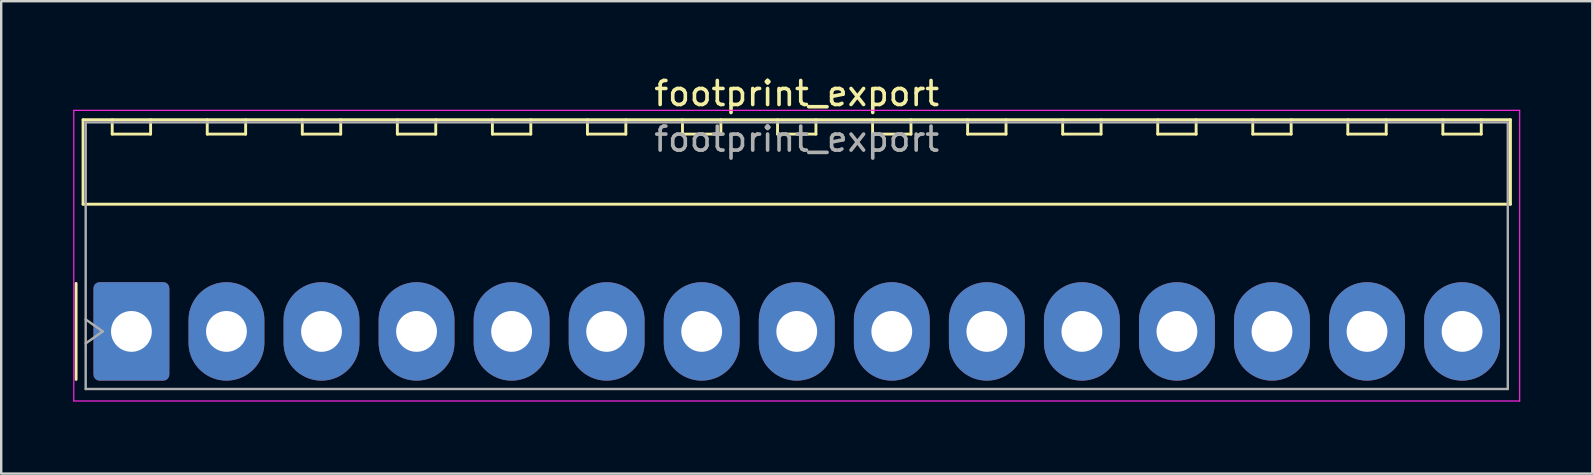
<source format=kicad_pcb>
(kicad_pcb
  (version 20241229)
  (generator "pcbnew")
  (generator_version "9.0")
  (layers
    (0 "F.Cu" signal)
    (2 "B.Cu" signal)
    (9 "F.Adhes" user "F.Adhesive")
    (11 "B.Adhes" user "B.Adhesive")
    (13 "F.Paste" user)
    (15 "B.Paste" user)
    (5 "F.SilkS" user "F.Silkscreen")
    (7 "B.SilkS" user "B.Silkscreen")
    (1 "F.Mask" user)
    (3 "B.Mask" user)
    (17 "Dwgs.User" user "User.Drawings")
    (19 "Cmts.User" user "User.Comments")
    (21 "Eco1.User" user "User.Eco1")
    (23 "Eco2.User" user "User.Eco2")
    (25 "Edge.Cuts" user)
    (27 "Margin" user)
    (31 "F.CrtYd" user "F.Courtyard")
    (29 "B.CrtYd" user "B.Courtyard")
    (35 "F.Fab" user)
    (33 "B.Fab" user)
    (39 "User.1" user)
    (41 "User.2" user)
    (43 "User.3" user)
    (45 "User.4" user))
  (footprint "footprint_export"
    (layer "F.Cu")
    (at 2.425 10.758)
    (property "Reference" "footprint_export" (at 27.72 -9.91 0) (layer "F.SilkS") (effects (font (size 1 1) (thickness 0.15))))
    (attr through_hole)
    (fp_line (start -2.305 -2) (end -2.305 2) (stroke (width 0.12) (type solid)) (layer "F.SilkS"))
    (fp_line (start -2.015 -8.82) (end 57.455 -8.82) (stroke (width 0.12) (type solid)) (layer "F.SilkS"))
    (fp_line (start -2.015 -5.3) (end -2.015 -8.82) (stroke (width 0.12) (type solid)) (layer "F.SilkS"))
    (fp_line (start -0.8 -8.82) (end -0.8 -8.22) (stroke (width 0.12) (type solid)) (layer "F.SilkS"))
    (fp_line (start -0.8 -8.22) (end 0.8 -8.22) (stroke (width 0.12) (type solid)) (layer "F.SilkS"))
    (fp_line (start 0.8 -8.22) (end 0.8 -8.82) (stroke (width 0.12) (type solid)) (layer "F.SilkS"))
    (fp_line (start 3.16 -8.82) (end 3.16 -8.22) (stroke (width 0.12) (type solid)) (layer "F.SilkS"))
    (fp_line (start 3.16 -8.22) (end 4.76 -8.22) (stroke (width 0.12) (type solid)) (layer "F.SilkS"))
    (fp_line (start 4.76 -8.22) (end 4.76 -8.82) (stroke (width 0.12) (type solid)) (layer "F.SilkS"))
    (fp_line (start 7.12 -8.82) (end 7.12 -8.22) (stroke (width 0.12) (type solid)) (layer "F.SilkS"))
    (fp_line (start 7.12 -8.22) (end 8.72 -8.22) (stroke (width 0.12) (type solid)) (layer "F.SilkS"))
    (fp_line (start 8.72 -8.22) (end 8.72 -8.82) (stroke (width 0.12) (type solid)) (layer "F.SilkS"))
    (fp_line (start 11.08 -8.82) (end 11.08 -8.22) (stroke (width 0.12) (type solid)) (layer "F.SilkS"))
    (fp_line (start 11.08 -8.22) (end 12.68 -8.22) (stroke (width 0.12) (type solid)) (layer "F.SilkS"))
    (fp_line (start 12.68 -8.22) (end 12.68 -8.82) (stroke (width 0.12) (type solid)) (layer "F.SilkS"))
    (fp_line (start 15.04 -8.82) (end 15.04 -8.22) (stroke (width 0.12) (type solid)) (layer "F.SilkS"))
    (fp_line (start 15.04 -8.22) (end 16.64 -8.22) (stroke (width 0.12) (type solid)) (layer "F.SilkS"))
    (fp_line (start 16.64 -8.22) (end 16.64 -8.82) (stroke (width 0.12) (type solid)) (layer "F.SilkS"))
    (fp_line (start 19 -8.82) (end 19 -8.22) (stroke (width 0.12) (type solid)) (layer "F.SilkS"))
    (fp_line (start 19 -8.22) (end 20.6 -8.22) (stroke (width 0.12) (type solid)) (layer "F.SilkS"))
    (fp_line (start 20.6 -8.22) (end 20.6 -8.82) (stroke (width 0.12) (type solid)) (layer "F.SilkS"))
    (fp_line (start 22.96 -8.82) (end 22.96 -8.22) (stroke (width 0.12) (type solid)) (layer "F.SilkS"))
    (fp_line (start 22.96 -8.22) (end 24.56 -8.22) (stroke (width 0.12) (type solid)) (layer "F.SilkS"))
    (fp_line (start 24.56 -8.22) (end 24.56 -8.82) (stroke (width 0.12) (type solid)) (layer "F.SilkS"))
    (fp_line (start 26.92 -8.82) (end 26.92 -8.22) (stroke (width 0.12) (type solid)) (layer "F.SilkS"))
    (fp_line (start 26.92 -8.22) (end 28.52 -8.22) (stroke (width 0.12) (type solid)) (layer "F.SilkS"))
    (fp_line (start 28.52 -8.22) (end 28.52 -8.82) (stroke (width 0.12) (type solid)) (layer "F.SilkS"))
    (fp_line (start 30.88 -8.82) (end 30.88 -8.22) (stroke (width 0.12) (type solid)) (layer "F.SilkS"))
    (fp_line (start 30.88 -8.22) (end 32.48 -8.22) (stroke (width 0.12) (type solid)) (layer "F.SilkS"))
    (fp_line (start 32.48 -8.22) (end 32.48 -8.82) (stroke (width 0.12) (type solid)) (layer "F.SilkS"))
    (fp_line (start 34.84 -8.82) (end 34.84 -8.22) (stroke (width 0.12) (type solid)) (layer "F.SilkS"))
    (fp_line (start 34.84 -8.22) (end 36.44 -8.22) (stroke (width 0.12) (type solid)) (layer "F.SilkS"))
    (fp_line (start 36.44 -8.22) (end 36.44 -8.82) (stroke (width 0.12) (type solid)) (layer "F.SilkS"))
    (fp_line (start 38.8 -8.82) (end 38.8 -8.22) (stroke (width 0.12) (type solid)) (layer "F.SilkS"))
    (fp_line (start 38.8 -8.22) (end 40.4 -8.22) (stroke (width 0.12) (type solid)) (layer "F.SilkS"))
    (fp_line (start 40.4 -8.22) (end 40.4 -8.82) (stroke (width 0.12) (type solid)) (layer "F.SilkS"))
    (fp_line (start 42.76 -8.82) (end 42.76 -8.22) (stroke (width 0.12) (type solid)) (layer "F.SilkS"))
    (fp_line (start 42.76 -8.22) (end 44.36 -8.22) (stroke (width 0.12) (type solid)) (layer "F.SilkS"))
    (fp_line (start 44.36 -8.22) (end 44.36 -8.82) (stroke (width 0.12) (type solid)) (layer "F.SilkS"))
    (fp_line (start 46.72 -8.82) (end 46.72 -8.22) (stroke (width 0.12) (type solid)) (layer "F.SilkS"))
    (fp_line (start 46.72 -8.22) (end 48.32 -8.22) (stroke (width 0.12) (type solid)) (layer "F.SilkS"))
    (fp_line (start 48.32 -8.22) (end 48.32 -8.82) (stroke (width 0.12) (type solid)) (layer "F.SilkS"))
    (fp_line (start 50.68 -8.82) (end 50.68 -8.22) (stroke (width 0.12) (type solid)) (layer "F.SilkS"))
    (fp_line (start 50.68 -8.22) (end 52.28 -8.22) (stroke (width 0.12) (type solid)) (layer "F.SilkS"))
    (fp_line (start 52.28 -8.22) (end 52.28 -8.82) (stroke (width 0.12) (type solid)) (layer "F.SilkS"))
    (fp_line (start 54.64 -8.82) (end 54.64 -8.22) (stroke (width 0.12) (type solid)) (layer "F.SilkS"))
    (fp_line (start 54.64 -8.22) (end 56.24 -8.22) (stroke (width 0.12) (type solid)) (layer "F.SilkS"))
    (fp_line (start 56.24 -8.22) (end 56.24 -8.82) (stroke (width 0.12) (type solid)) (layer "F.SilkS"))
    (fp_line (start 57.455 -8.82) (end 57.455 -5.3) (stroke (width 0.12) (type solid)) (layer "F.SilkS"))
    (fp_line (start 57.455 -5.3) (end -2.015 -5.3) (stroke (width 0.12) (type solid)) (layer "F.SilkS"))
    (fp_line (start -2.4 -9.21) (end -2.4 2.9) (stroke (width 0.05) (type solid)) (layer "F.CrtYd"))
    (fp_line (start -2.4 2.9) (end 57.84 2.9) (stroke (width 0.05) (type solid)) (layer "F.CrtYd"))
    (fp_line (start 57.84 -9.21) (end -2.4 -9.21) (stroke (width 0.05) (type solid)) (layer "F.CrtYd"))
    (fp_line (start 57.84 2.9) (end 57.84 -9.21) (stroke (width 0.05) (type solid)) (layer "F.CrtYd"))
    (fp_line (start -1.905 -8.71) (end 57.345 -8.71) (stroke (width 0.1) (type solid)) (layer "F.Fab"))
    (fp_line (start -1.905 -0.5) (end -1.198 0) (stroke (width 0.1) (type solid)) (layer "F.Fab"))
    (fp_line (start -1.905 2.4) (end -1.905 -8.71) (stroke (width 0.1) (type solid)) (layer "F.Fab"))
    (fp_line (start -1.198 0) (end -1.905 0.5) (stroke (width 0.1) (type solid)) (layer "F.Fab"))
    (fp_line (start 57.345 -8.71) (end 57.345 2.4) (stroke (width 0.1) (type solid)) (layer "F.Fab"))
    (fp_line (start 57.345 2.4) (end -1.905 2.4) (stroke (width 0.1) (type solid)) (layer "F.Fab"))
    (fp_text user "${REFERENCE}" (at 27.72 -8.01 0) (layer "F.Fab") (effects (font (size 1 1) (thickness 0.15))))
    (pad "1" thru_hole roundrect (at 0 0) (size 3.16 4.1) (drill 1.7) (layers "*.Cu" "*.Mask") (roundrect_rratio 0.079))
    (pad "2" thru_hole oval (at 3.96 0) (size 3.16 4.1) (drill 1.7) (layers "*.Cu" "*.Mask"))
    (pad "3" thru_hole oval (at 7.92 0) (size 3.16 4.1) (drill 1.7) (layers "*.Cu" "*.Mask"))
    (pad "4" thru_hole oval (at 11.88 0) (size 3.16 4.1) (drill 1.7) (layers "*.Cu" "*.Mask"))
    (pad "5" thru_hole oval (at 15.84 0) (size 3.16 4.1) (drill 1.7) (layers "*.Cu" "*.Mask"))
    (pad "6" thru_hole oval (at 19.8 0) (size 3.16 4.1) (drill 1.7) (layers "*.Cu" "*.Mask"))
    (pad "7" thru_hole oval (at 23.76 0) (size 3.16 4.1) (drill 1.7) (layers "*.Cu" "*.Mask"))
    (pad "8" thru_hole oval (at 27.72 0) (size 3.16 4.1) (drill 1.7) (layers "*.Cu" "*.Mask"))
    (pad "9" thru_hole oval (at 31.68 0) (size 3.16 4.1) (drill 1.7) (layers "*.Cu" "*.Mask"))
    (pad "10" thru_hole oval (at 35.64 0) (size 3.16 4.1) (drill 1.7) (layers "*.Cu" "*.Mask"))
    (pad "11" thru_hole oval (at 39.6 0) (size 3.16 4.1) (drill 1.7) (layers "*.Cu" "*.Mask"))
    (pad "12" thru_hole oval (at 43.56 0) (size 3.16 4.1) (drill 1.7) (layers "*.Cu" "*.Mask"))
    (pad "13" thru_hole oval (at 47.52 0) (size 3.16 4.1) (drill 1.7) (layers "*.Cu" "*.Mask"))
    (pad "14" thru_hole oval (at 51.48 0) (size 3.16 4.1) (drill 1.7) (layers "*.Cu" "*.Mask"))
    (pad "15" thru_hole oval (at 55.44 0) (size 3.16 4.1) (drill 1.7) (layers "*.Cu" "*.Mask")))
  (gr_rect
    (start -3 -3)
    (end 63.29 16.683)
    (stroke (width 0.1) (type default))
    (fill no)
    (layer "Edge.Cuts")))
</source>
